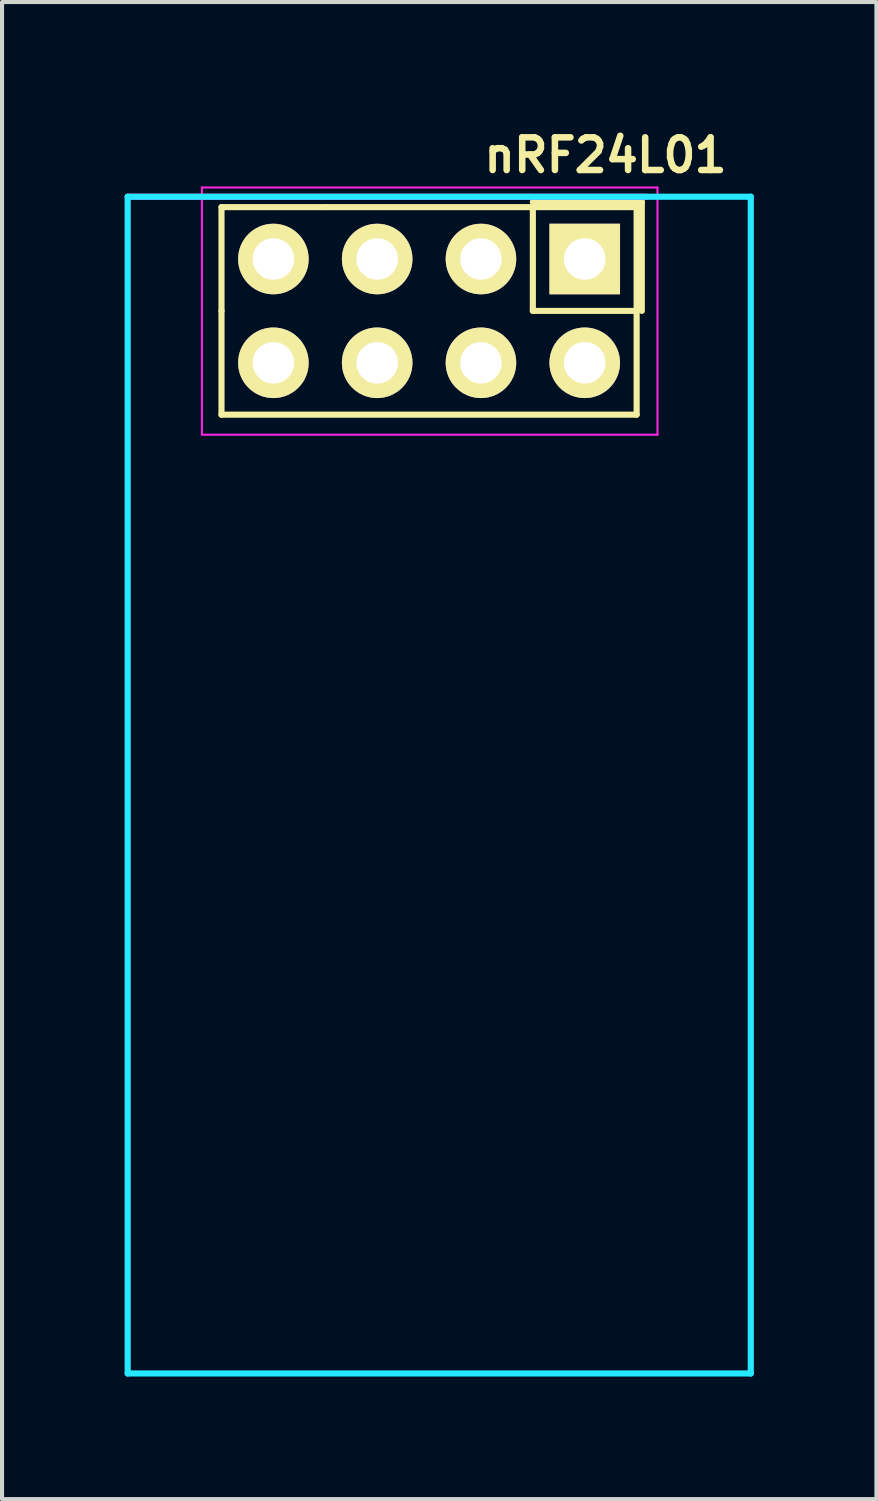
<source format=kicad_pcb>
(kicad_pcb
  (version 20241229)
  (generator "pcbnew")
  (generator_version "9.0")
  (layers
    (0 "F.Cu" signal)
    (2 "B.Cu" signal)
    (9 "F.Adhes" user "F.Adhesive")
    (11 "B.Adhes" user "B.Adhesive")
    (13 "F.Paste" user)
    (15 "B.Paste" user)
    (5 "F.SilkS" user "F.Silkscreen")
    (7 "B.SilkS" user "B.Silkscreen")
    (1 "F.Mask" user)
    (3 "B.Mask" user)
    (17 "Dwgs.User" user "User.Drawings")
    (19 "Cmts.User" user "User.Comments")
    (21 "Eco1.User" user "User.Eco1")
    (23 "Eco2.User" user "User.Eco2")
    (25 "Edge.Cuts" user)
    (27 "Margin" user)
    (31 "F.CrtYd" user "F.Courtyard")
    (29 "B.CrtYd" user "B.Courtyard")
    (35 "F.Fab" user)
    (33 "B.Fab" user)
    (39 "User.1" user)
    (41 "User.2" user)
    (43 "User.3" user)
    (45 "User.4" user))
  (footprint "nRF24L01"
    (layer "F.Cu")
    (at 12.785 1.765)
    (property "Reference" "nRF24L01" (at -1.016 -1.016 0) (layer "F.SilkS") (effects (font (size 0.8 0.8) (thickness 0.16))))
    (attr through_hole)
    (fp_line (start -10.414 0.254) (end -10.414 2.794) (stroke (width 0.15) (type solid)) (layer "F.SilkS"))
    (fp_line (start -10.414 5.334) (end -10.414 2.794) (stroke (width 0.15) (type solid)) (layer "F.SilkS"))
    (fp_line (start -7.874 0.254) (end -10.414 0.254) (stroke (width 0.15) (type solid)) (layer "F.SilkS"))
    (fp_line (start -7.874 0.254) (end -0.254 0.254) (stroke (width 0.15) (type solid)) (layer "F.SilkS"))
    (fp_line (start -2.794 0.127) (end -0.127 0.127) (stroke (width 0.15) (type solid)) (layer "F.SilkS"))
    (fp_line (start -2.794 0.254) (end -2.794 2.794) (stroke (width 0.15) (type solid)) (layer "F.SilkS"))
    (fp_line (start -2.794 2.794) (end -0.254 2.794) (stroke (width 0.15) (type solid)) (layer "F.SilkS"))
    (fp_line (start -0.254 0.254) (end -0.254 5.334) (stroke (width 0.15) (type solid)) (layer "F.SilkS"))
    (fp_line (start -0.254 5.334) (end -10.414 5.334) (stroke (width 0.15) (type solid)) (layer "F.SilkS"))
    (fp_line (start -0.127 0.127) (end -0.127 2.794) (stroke (width 0.15) (type solid)) (layer "F.SilkS"))
    (fp_line (start -12.71 0) (end -12.71 28.8) (stroke (width 0.15) (type solid)) (layer "B.CrtYd"))
    (fp_line (start -12.71 28.8) (end 2.54 28.8) (stroke (width 0.15) (type solid)) (layer "B.CrtYd"))
    (fp_line (start 2.54 0) (end -12.71 0) (stroke (width 0.15) (type solid)) (layer "B.CrtYd"))
    (fp_line (start 2.54 28.8) (end 2.54 0) (stroke (width 0.15) (type solid)) (layer "B.CrtYd"))
    (fp_line (start -10.894 -0.226) (end -10.894 5.824) (stroke (width 0.05) (type solid)) (layer "F.CrtYd"))
    (fp_line (start -10.894 -0.226) (end 0.256 -0.226) (stroke (width 0.05) (type solid)) (layer "F.CrtYd"))
    (fp_line (start -10.894 5.824) (end 0.256 5.824) (stroke (width 0.05) (type solid)) (layer "F.CrtYd"))
    (fp_line (start 0 0) (end -12.71 0) (stroke (width 0.15) (type solid)) (layer "F.CrtYd"))
    (fp_line (start 0.256 -0.226) (end 0.256 5.824) (stroke (width 0.05) (type solid)) (layer "F.CrtYd"))
    (pad "1" thru_hole rect (at -1.524 1.524) (size 1.727 1.727) (drill 1.016) (layers "*.Cu" "*.Mask" "F.SilkS"))
    (pad "2" thru_hole oval (at -1.524 4.064) (size 1.727 1.727) (drill 1.016) (layers "*.Cu" "*.Mask" "F.SilkS"))
    (pad "3" thru_hole oval (at -4.064 1.524) (size 1.727 1.727) (drill 1.016) (layers "*.Cu" "*.Mask" "F.SilkS"))
    (pad "4" thru_hole oval (at -4.064 4.064) (size 1.727 1.727) (drill 1.016) (layers "*.Cu" "*.Mask" "F.SilkS"))
    (pad "5" thru_hole oval (at -6.604 1.524) (size 1.727 1.727) (drill 1.016) (layers "*.Cu" "*.Mask" "F.SilkS"))
    (pad "6" thru_hole oval (at -6.604 4.064) (size 1.727 1.727) (drill 1.016) (layers "*.Cu" "*.Mask" "F.SilkS"))
    (pad "7" thru_hole oval (at -9.144 1.524) (size 1.727 1.727) (drill 1.016) (layers "*.Cu" "*.Mask" "F.SilkS"))
    (pad "8" thru_hole oval (at -9.144 4.064) (size 1.727 1.727) (drill 1.016) (layers "*.Cu" "*.Mask" "F.SilkS")))
  (gr_rect
    (start -3 -3)
    (end 18.4 33.64)
    (stroke (width 0.1) (type default))
    (fill no)
    (layer "Edge.Cuts")))
</source>
